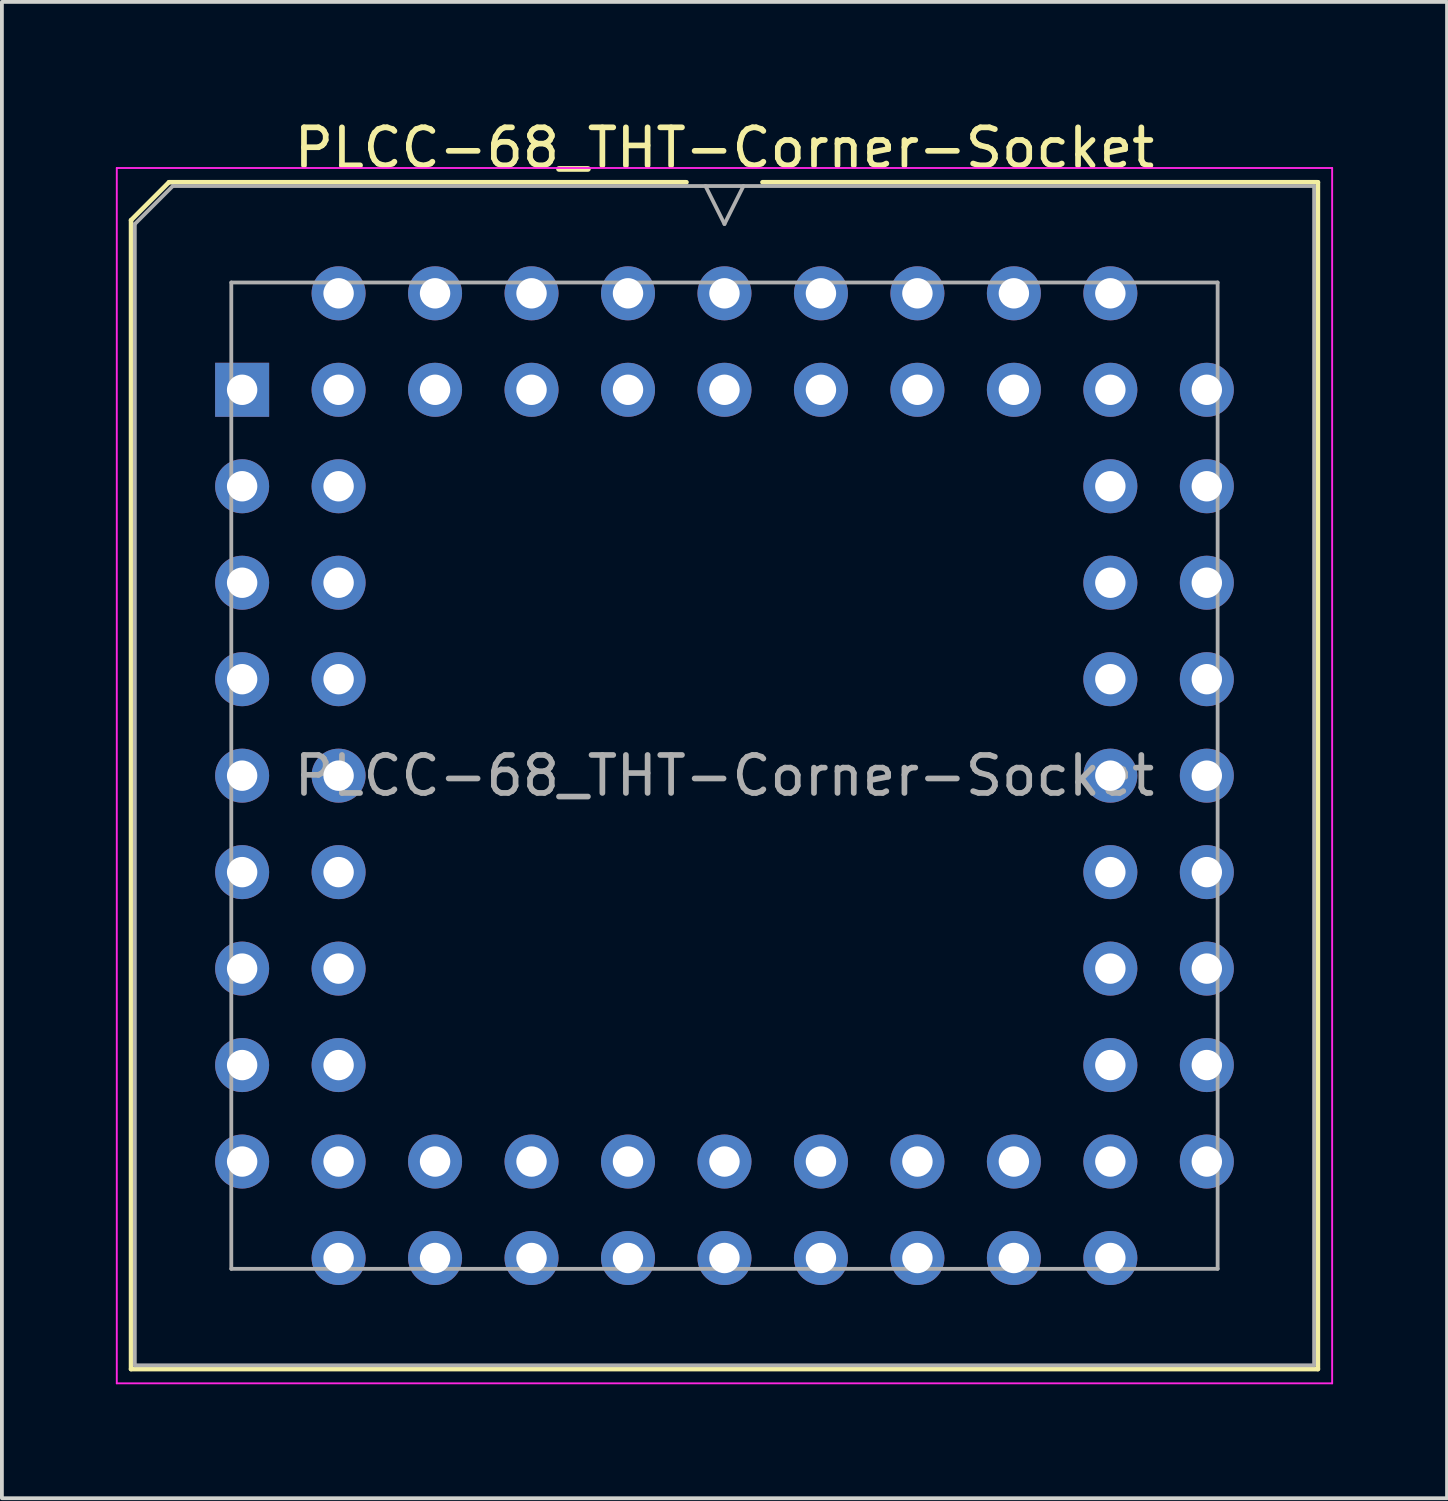
<source format=kicad_pcb>
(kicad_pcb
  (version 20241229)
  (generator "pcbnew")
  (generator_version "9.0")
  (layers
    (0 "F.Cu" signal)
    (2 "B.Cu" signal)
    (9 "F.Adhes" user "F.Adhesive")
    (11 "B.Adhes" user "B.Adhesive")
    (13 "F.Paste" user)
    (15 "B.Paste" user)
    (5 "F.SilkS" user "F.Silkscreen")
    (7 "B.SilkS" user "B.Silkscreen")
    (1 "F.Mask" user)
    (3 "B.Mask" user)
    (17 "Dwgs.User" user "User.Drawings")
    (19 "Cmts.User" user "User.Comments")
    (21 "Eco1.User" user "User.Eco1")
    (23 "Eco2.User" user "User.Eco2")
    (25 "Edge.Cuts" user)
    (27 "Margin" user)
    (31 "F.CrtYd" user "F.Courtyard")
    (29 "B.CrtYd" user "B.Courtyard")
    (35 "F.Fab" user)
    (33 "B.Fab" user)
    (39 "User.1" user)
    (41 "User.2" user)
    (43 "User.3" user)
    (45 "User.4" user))
  (footprint "PLCC-68_THT-Corner-Socket"
    (layer "F.Cu")
    (at 16.025 4.673)
    (property "Reference" "PLCC-68_THT-Corner-Socket" (at 0 -3.825 0) (layer "F.SilkS") (effects (font (size 1 1) (thickness 0.15))))
    (attr through_hole)
    (fp_line (start -15.625 -1.925) (end -15.625 28.325) (stroke (width 0.12) (type solid)) (layer "F.SilkS"))
    (fp_line (start -15.625 28.325) (end 15.625 28.325) (stroke (width 0.12) (type solid)) (layer "F.SilkS"))
    (fp_line (start -14.625 -2.925) (end -15.625 -1.925) (stroke (width 0.12) (type solid)) (layer "F.SilkS"))
    (fp_line (start -1 -2.925) (end -14.625 -2.925) (stroke (width 0.12) (type solid)) (layer "F.SilkS"))
    (fp_line (start 15.625 -2.925) (end 1 -2.925) (stroke (width 0.12) (type solid)) (layer "F.SilkS"))
    (fp_line (start 15.625 28.325) (end 15.625 -2.925) (stroke (width 0.12) (type solid)) (layer "F.SilkS"))
    (fp_line (start -16 -3.3) (end -16 28.7) (stroke (width 0.05) (type solid)) (layer "F.CrtYd"))
    (fp_line (start -16 28.7) (end 16 28.7) (stroke (width 0.05) (type solid)) (layer "F.CrtYd"))
    (fp_line (start 16 -3.3) (end -16 -3.3) (stroke (width 0.05) (type solid)) (layer "F.CrtYd"))
    (fp_line (start 16 28.7) (end 16 -3.3) (stroke (width 0.05) (type solid)) (layer "F.CrtYd"))
    (fp_line (start -15.525 -1.825) (end -15.525 28.225) (stroke (width 0.1) (type solid)) (layer "F.Fab"))
    (fp_line (start -15.525 28.225) (end 15.525 28.225) (stroke (width 0.1) (type solid)) (layer "F.Fab"))
    (fp_line (start -14.525 -2.825) (end -15.525 -1.825) (stroke (width 0.1) (type solid)) (layer "F.Fab"))
    (fp_line (start -12.985 -0.285) (end -12.985 25.685) (stroke (width 0.1) (type solid)) (layer "F.Fab"))
    (fp_line (start -12.985 25.685) (end 12.985 25.685) (stroke (width 0.1) (type solid)) (layer "F.Fab"))
    (fp_line (start -0.5 -2.825) (end 0 -1.825) (stroke (width 0.1) (type solid)) (layer "F.Fab"))
    (fp_line (start 0 -1.825) (end 0.5 -2.825) (stroke (width 0.1) (type solid)) (layer "F.Fab"))
    (fp_line (start 12.985 -0.285) (end -12.985 -0.285) (stroke (width 0.1) (type solid)) (layer "F.Fab"))
    (fp_line (start 12.985 25.685) (end 12.985 -0.285) (stroke (width 0.1) (type solid)) (layer "F.Fab"))
    (fp_line (start 15.525 -2.825) (end -14.525 -2.825) (stroke (width 0.1) (type solid)) (layer "F.Fab"))
    (fp_line (start 15.525 28.225) (end 15.525 -2.825) (stroke (width 0.1) (type solid)) (layer "F.Fab"))
    (fp_text user "${REFERENCE}" (at 0 12.7 0) (layer "F.Fab") (effects (font (size 1 1) (thickness 0.15))))
    (pad "1" thru_hole rect (at -12.7 2.54) (size 1.422 1.422) (drill 0.8) (layers "*.Cu" "*.Mask"))
    (pad "2" thru_hole circle (at -10.16 2.54) (size 1.422 1.422) (drill 0.8) (layers "*.Cu" "*.Mask"))
    (pad "3" thru_hole circle (at -12.7 5.08) (size 1.422 1.422) (drill 0.8) (layers "*.Cu" "*.Mask"))
    (pad "4" thru_hole circle (at -10.16 5.08) (size 1.422 1.422) (drill 0.8) (layers "*.Cu" "*.Mask"))
    (pad "5" thru_hole circle (at -12.7 7.62) (size 1.422 1.422) (drill 0.8) (layers "*.Cu" "*.Mask"))
    (pad "6" thru_hole circle (at -10.16 7.62) (size 1.422 1.422) (drill 0.8) (layers "*.Cu" "*.Mask"))
    (pad "7" thru_hole circle (at -12.7 10.16) (size 1.422 1.422) (drill 0.8) (layers "*.Cu" "*.Mask"))
    (pad "8" thru_hole circle (at -10.16 10.16) (size 1.422 1.422) (drill 0.8) (layers "*.Cu" "*.Mask"))
    (pad "9" thru_hole circle (at -12.7 12.7) (size 1.422 1.422) (drill 0.8) (layers "*.Cu" "*.Mask"))
    (pad "10" thru_hole circle (at -10.16 12.7) (size 1.422 1.422) (drill 0.8) (layers "*.Cu" "*.Mask"))
    (pad "11" thru_hole circle (at -12.7 15.24) (size 1.422 1.422) (drill 0.8) (layers "*.Cu" "*.Mask"))
    (pad "12" thru_hole circle (at -10.16 15.24) (size 1.422 1.422) (drill 0.8) (layers "*.Cu" "*.Mask"))
    (pad "13" thru_hole circle (at -12.7 17.78) (size 1.422 1.422) (drill 0.8) (layers "*.Cu" "*.Mask"))
    (pad "14" thru_hole circle (at -10.16 17.78) (size 1.422 1.422) (drill 0.8) (layers "*.Cu" "*.Mask"))
    (pad "15" thru_hole circle (at -12.7 20.32) (size 1.422 1.422) (drill 0.8) (layers "*.Cu" "*.Mask"))
    (pad "16" thru_hole circle (at -10.16 20.32) (size 1.422 1.422) (drill 0.8) (layers "*.Cu" "*.Mask"))
    (pad "17" thru_hole circle (at -12.7 22.86) (size 1.422 1.422) (drill 0.8) (layers "*.Cu" "*.Mask"))
    (pad "18" thru_hole circle (at -10.16 25.4) (size 1.422 1.422) (drill 0.8) (layers "*.Cu" "*.Mask"))
    (pad "19" thru_hole circle (at -10.16 22.86) (size 1.422 1.422) (drill 0.8) (layers "*.Cu" "*.Mask"))
    (pad "20" thru_hole circle (at -7.62 25.4) (size 1.422 1.422) (drill 0.8) (layers "*.Cu" "*.Mask"))
    (pad "21" thru_hole circle (at -7.62 22.86) (size 1.422 1.422) (drill 0.8) (layers "*.Cu" "*.Mask"))
    (pad "22" thru_hole circle (at -5.08 25.4) (size 1.422 1.422) (drill 0.8) (layers "*.Cu" "*.Mask"))
    (pad "23" thru_hole circle (at -5.08 22.86) (size 1.422 1.422) (drill 0.8) (layers "*.Cu" "*.Mask"))
    (pad "24" thru_hole circle (at -2.54 25.4) (size 1.422 1.422) (drill 0.8) (layers "*.Cu" "*.Mask"))
    (pad "25" thru_hole circle (at -2.54 22.86) (size 1.422 1.422) (drill 0.8) (layers "*.Cu" "*.Mask"))
    (pad "26" thru_hole circle (at 0 25.4) (size 1.422 1.422) (drill 0.8) (layers "*.Cu" "*.Mask"))
    (pad "27" thru_hole circle (at 0 22.86) (size 1.422 1.422) (drill 0.8) (layers "*.Cu" "*.Mask"))
    (pad "28" thru_hole circle (at 2.54 25.4) (size 1.422 1.422) (drill 0.8) (layers "*.Cu" "*.Mask"))
    (pad "29" thru_hole circle (at 2.54 22.86) (size 1.422 1.422) (drill 0.8) (layers "*.Cu" "*.Mask"))
    (pad "30" thru_hole circle (at 5.08 25.4) (size 1.422 1.422) (drill 0.8) (layers "*.Cu" "*.Mask"))
    (pad "31" thru_hole circle (at 5.08 22.86) (size 1.422 1.422) (drill 0.8) (layers "*.Cu" "*.Mask"))
    (pad "32" thru_hole circle (at 7.62 25.4) (size 1.422 1.422) (drill 0.8) (layers "*.Cu" "*.Mask"))
    (pad "33" thru_hole circle (at 7.62 22.86) (size 1.422 1.422) (drill 0.8) (layers "*.Cu" "*.Mask"))
    (pad "34" thru_hole circle (at 10.16 25.4) (size 1.422 1.422) (drill 0.8) (layers "*.Cu" "*.Mask"))
    (pad "35" thru_hole circle (at 12.7 22.86) (size 1.422 1.422) (drill 0.8) (layers "*.Cu" "*.Mask"))
    (pad "36" thru_hole circle (at 10.16 22.86) (size 1.422 1.422) (drill 0.8) (layers "*.Cu" "*.Mask"))
    (pad "37" thru_hole circle (at 12.7 20.32) (size 1.422 1.422) (drill 0.8) (layers "*.Cu" "*.Mask"))
    (pad "38" thru_hole circle (at 10.16 20.32) (size 1.422 1.422) (drill 0.8) (layers "*.Cu" "*.Mask"))
    (pad "39" thru_hole circle (at 12.7 17.78) (size 1.422 1.422) (drill 0.8) (layers "*.Cu" "*.Mask"))
    (pad "40" thru_hole circle (at 10.16 17.78) (size 1.422 1.422) (drill 0.8) (layers "*.Cu" "*.Mask"))
    (pad "41" thru_hole circle (at 12.7 15.24) (size 1.422 1.422) (drill 0.8) (layers "*.Cu" "*.Mask"))
    (pad "42" thru_hole circle (at 10.16 15.24) (size 1.422 1.422) (drill 0.8) (layers "*.Cu" "*.Mask"))
    (pad "43" thru_hole circle (at 12.7 12.7) (size 1.422 1.422) (drill 0.8) (layers "*.Cu" "*.Mask"))
    (pad "44" thru_hole circle (at 10.16 12.7) (size 1.422 1.422) (drill 0.8) (layers "*.Cu" "*.Mask"))
    (pad "45" thru_hole circle (at 12.7 10.16) (size 1.422 1.422) (drill 0.8) (layers "*.Cu" "*.Mask"))
    (pad "46" thru_hole circle (at 10.16 10.16) (size 1.422 1.422) (drill 0.8) (layers "*.Cu" "*.Mask"))
    (pad "47" thru_hole circle (at 12.7 7.62) (size 1.422 1.422) (drill 0.8) (layers "*.Cu" "*.Mask"))
    (pad "48" thru_hole circle (at 10.16 7.62) (size 1.422 1.422) (drill 0.8) (layers "*.Cu" "*.Mask"))
    (pad "49" thru_hole circle (at 12.7 5.08) (size 1.422 1.422) (drill 0.8) (layers "*.Cu" "*.Mask"))
    (pad "50" thru_hole circle (at 10.16 5.08) (size 1.422 1.422) (drill 0.8) (layers "*.Cu" "*.Mask"))
    (pad "51" thru_hole circle (at 12.7 2.54) (size 1.422 1.422) (drill 0.8) (layers "*.Cu" "*.Mask"))
    (pad "52" thru_hole circle (at 10.16 0) (size 1.422 1.422) (drill 0.8) (layers "*.Cu" "*.Mask"))
    (pad "53" thru_hole circle (at 10.16 2.54) (size 1.422 1.422) (drill 0.8) (layers "*.Cu" "*.Mask"))
    (pad "54" thru_hole circle (at 7.62 0) (size 1.422 1.422) (drill 0.8) (layers "*.Cu" "*.Mask"))
    (pad "55" thru_hole circle (at 7.62 2.54) (size 1.422 1.422) (drill 0.8) (layers "*.Cu" "*.Mask"))
    (pad "56" thru_hole circle (at 5.08 0) (size 1.422 1.422) (drill 0.8) (layers "*.Cu" "*.Mask"))
    (pad "57" thru_hole circle (at 5.08 2.54) (size 1.422 1.422) (drill 0.8) (layers "*.Cu" "*.Mask"))
    (pad "58" thru_hole circle (at 2.54 0) (size 1.422 1.422) (drill 0.8) (layers "*.Cu" "*.Mask"))
    (pad "59" thru_hole circle (at 2.54 2.54) (size 1.422 1.422) (drill 0.8) (layers "*.Cu" "*.Mask"))
    (pad "60" thru_hole circle (at 0 0) (size 1.422 1.422) (drill 0.8) (layers "*.Cu" "*.Mask"))
    (pad "61" thru_hole circle (at 0 2.54) (size 1.422 1.422) (drill 0.8) (layers "*.Cu" "*.Mask"))
    (pad "62" thru_hole circle (at -2.54 0) (size 1.422 1.422) (drill 0.8) (layers "*.Cu" "*.Mask"))
    (pad "63" thru_hole circle (at -2.54 2.54) (size 1.422 1.422) (drill 0.8) (layers "*.Cu" "*.Mask"))
    (pad "64" thru_hole circle (at -5.08 0) (size 1.422 1.422) (drill 0.8) (layers "*.Cu" "*.Mask"))
    (pad "65" thru_hole circle (at -5.08 2.54) (size 1.422 1.422) (drill 0.8) (layers "*.Cu" "*.Mask"))
    (pad "66" thru_hole circle (at -7.62 0) (size 1.422 1.422) (drill 0.8) (layers "*.Cu" "*.Mask"))
    (pad "67" thru_hole circle (at -7.62 2.54) (size 1.422 1.422) (drill 0.8) (layers "*.Cu" "*.Mask"))
    (pad "68" thru_hole circle (at -10.16 0) (size 1.422 1.422) (drill 0.8) (layers "*.Cu" "*.Mask")))
  (gr_rect
    (start -3 -3)
    (end 35.05 36.398)
    (stroke (width 0.1) (type default))
    (fill no)
    (layer "Edge.Cuts")))
</source>
